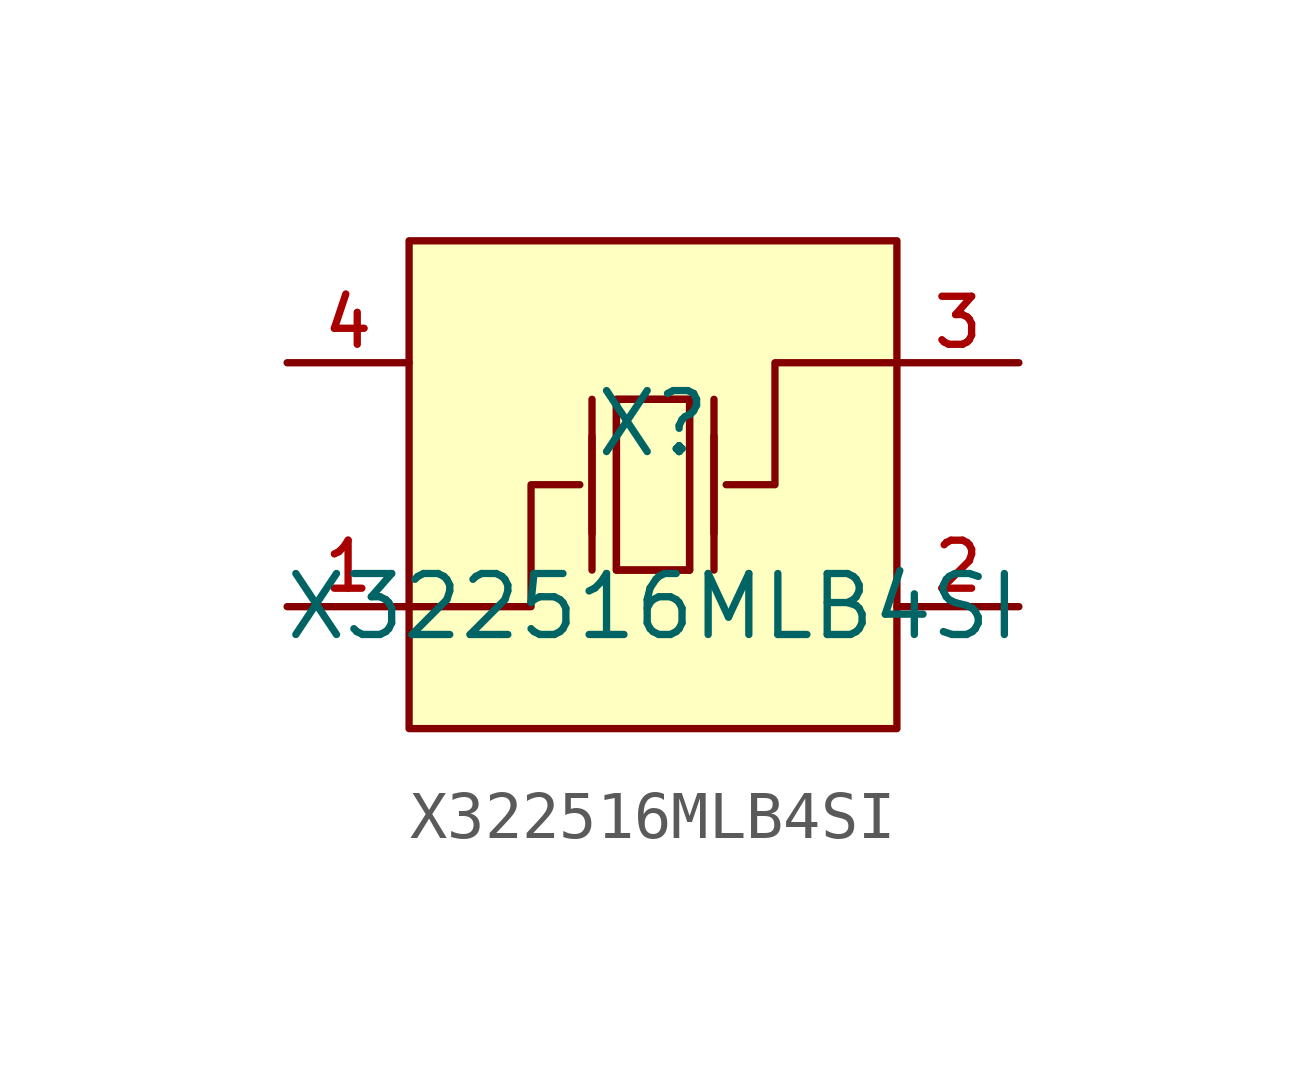
<source format=kicad_sym>
(kicad_symbol_lib
  (version 20210201)
  (generator TousstNicolas/JLC2KiCad_lib)
  (symbol "X322516MLB4SI"
    (pin_names hide)
    (property "Reference" "X"
      (at 0 1.27 0)
      (effects (font (size 1.27 1.27))))
    (property "Value" "X322516MLB4SI"
      (at 0 -2.54 0)
      (effects (font (size 1.27 1.27))))
    (symbol "X322516MLB4SI_0_1"
      (polyline (pts (xy -1.27 -1.016) (xy -1.27 1.016)) (stroke (width 0) (type default) (color 0 0 0 0)) (fill (type none)))
      (polyline (pts (xy 0.762 -1.778) (xy -0.762 -1.778)) (stroke (width 0) (type default) (color 0 0 0 0)) (fill (type none)))
      (polyline (pts (xy 1.27 -1.016) (xy 1.27 1.016)) (stroke (width 0) (type default) (color 0 0 0 0)) (fill (type none)))
      (polyline (pts (xy -0.762 -1.778) (xy -0.762 1.778) (xy 0.762 1.778) (xy 0.762 -1.778)) (stroke (width 0) (type default) (color 0 0 0 0)) (fill (type none)))
      (polyline (pts (xy 5.08 2.54) (xy 2.54 2.54) (xy 2.54 -0.0) (xy 1.524 -0.0)) (stroke (width 0) (type default) (color 0 0 0 0)) (fill (type none)))
      (polyline (pts (xy -5.08 -2.54) (xy -2.54 -2.54) (xy -2.54 -0.0) (xy -1.524 -0.0)) (stroke (width 0) (type default) (color 0 0 0 0)) (fill (type none)))
      (polyline (pts (xy 1.27 -1.778) (xy 1.27 1.778)) (stroke (width 0) (type default) (color 0 0 0 0)) (fill (type none)))
      (polyline (pts (xy -1.27 -1.778) (xy -1.27 1.778)) (stroke (width 0) (type default) (color 0 0 0 0)) (fill (type none)))
      (polyline (pts (xy 0.762 1.778) (xy 0.762 -1.778) (xy -0.762 -1.778) (xy -0.762 1.778) (xy 0.762 1.778)) (stroke (width 0) (type default) (color 0 0 0 0)) (fill (type none)))
      (pin unspecified line (at -7.62 2.54 0) (length 2.54) (name "GND" (effects (font (size 1 1)))) (number "4" (effects (font (size 1 1)))))
      (pin unspecified line (at 7.62 -2.54 180) (length 2.54) (name "GND" (effects (font (size 1 1)))) (number "2" (effects (font (size 1 1)))))
      (rectangle (start -5.08 5.08) (end 5.08 -5.08) (stroke (width 0) (type default) (color 0 0 0 0)) (fill (type background)))
      (pin unspecified line (at -7.62 -2.54 0) (length 2.54) (name "OSC1" (effects (font (size 1 1)))) (number "1" (effects (font (size 1 1)))))
      (pin unspecified line (at 7.62 2.54 180) (length 2.54) (name "OSC2" (effects (font (size 1 1)))) (number "3" (effects (font (size 1 1))))))))
</source>
